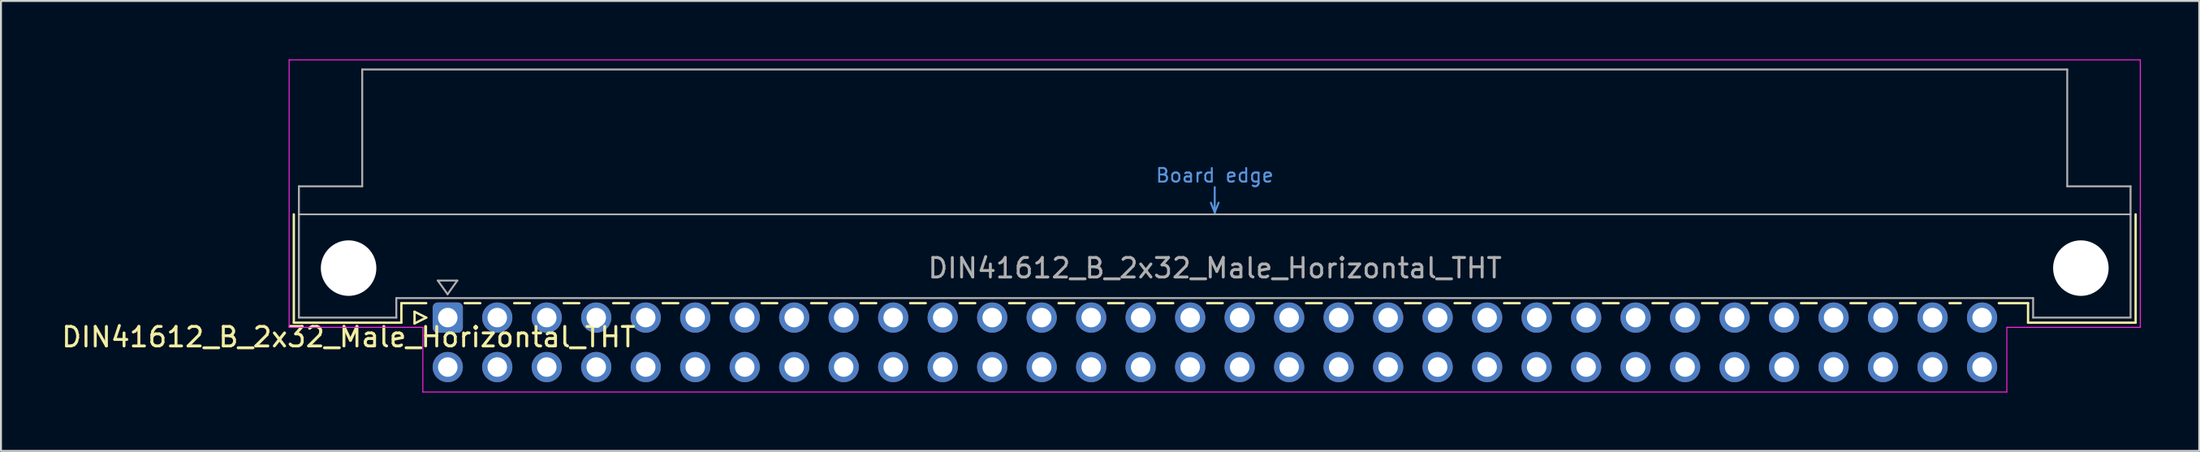
<source format=kicad_pcb>
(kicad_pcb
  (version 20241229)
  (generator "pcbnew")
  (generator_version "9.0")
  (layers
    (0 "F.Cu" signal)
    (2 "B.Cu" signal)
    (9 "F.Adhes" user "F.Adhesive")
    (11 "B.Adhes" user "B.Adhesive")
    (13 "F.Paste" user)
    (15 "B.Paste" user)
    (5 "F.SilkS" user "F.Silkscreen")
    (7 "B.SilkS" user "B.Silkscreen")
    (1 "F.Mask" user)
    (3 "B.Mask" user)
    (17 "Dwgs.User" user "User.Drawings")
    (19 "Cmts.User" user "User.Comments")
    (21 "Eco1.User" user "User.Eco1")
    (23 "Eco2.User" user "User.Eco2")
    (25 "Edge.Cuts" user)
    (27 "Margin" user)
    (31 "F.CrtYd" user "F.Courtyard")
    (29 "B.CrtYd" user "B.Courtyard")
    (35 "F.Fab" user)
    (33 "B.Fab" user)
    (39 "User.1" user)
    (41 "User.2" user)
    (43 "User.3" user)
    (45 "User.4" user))
  (footprint "DIN41612_B_2x32_Male_Horizontal_THT"
    (layer "F.Cu")
    (at 19.919 13.255)
    (property "Reference" "DIN41612_B_2x32_Male_Horizontal_THT" (at -5.08 1 0) (layer "F.SilkS") (effects (font (size 1 1) (thickness 0.15))))
    (attr through_hole)
    (fp_line (start -7.89 -5.3) (end -7.89 0.26) (stroke (width 0.12) (type solid)) (layer "F.SilkS"))
    (fp_line (start -7.89 0.26) (end -2.37 0.26) (stroke (width 0.12) (type solid)) (layer "F.SilkS"))
    (fp_line (start -2.371 -0.74) (end -1.095 -0.74) (stroke (width 0.12) (type solid)) (layer "F.SilkS"))
    (fp_line (start -2.37 0.26) (end -2.37 -0.74) (stroke (width 0.12) (type solid)) (layer "F.SilkS"))
    (fp_line (start -1.695 -0.3) (end -1.695 0.3) (stroke (width 0.12) (type solid)) (layer "F.SilkS"))
    (fp_line (start -1.695 0.3) (end -1.095 0) (stroke (width 0.12) (type solid)) (layer "F.SilkS"))
    (fp_line (start -1.095 0) (end -1.695 -0.3) (stroke (width 0.12) (type solid)) (layer "F.SilkS"))
    (fp_line (start 1.68 -0.74) (end 0.879 -0.74) (stroke (width 0.12) (type solid)) (layer "F.SilkS"))
    (fp_line (start 4.22 -0.74) (end 3.419 -0.74) (stroke (width 0.12) (type solid)) (layer "F.SilkS"))
    (fp_line (start 6.76 -0.74) (end 5.959 -0.74) (stroke (width 0.12) (type solid)) (layer "F.SilkS"))
    (fp_line (start 9.3 -0.74) (end 8.499 -0.74) (stroke (width 0.12) (type solid)) (layer "F.SilkS"))
    (fp_line (start 11.84 -0.74) (end 11.039 -0.74) (stroke (width 0.12) (type solid)) (layer "F.SilkS"))
    (fp_line (start 14.38 -0.74) (end 13.579 -0.74) (stroke (width 0.12) (type solid)) (layer "F.SilkS"))
    (fp_line (start 16.92 -0.74) (end 16.119 -0.74) (stroke (width 0.12) (type solid)) (layer "F.SilkS"))
    (fp_line (start 19.46 -0.74) (end 18.659 -0.74) (stroke (width 0.12) (type solid)) (layer "F.SilkS"))
    (fp_line (start 22 -0.74) (end 21.199 -0.74) (stroke (width 0.12) (type solid)) (layer "F.SilkS"))
    (fp_line (start 24.54 -0.74) (end 23.739 -0.74) (stroke (width 0.12) (type solid)) (layer "F.SilkS"))
    (fp_line (start 27.08 -0.74) (end 26.279 -0.74) (stroke (width 0.12) (type solid)) (layer "F.SilkS"))
    (fp_line (start 29.62 -0.74) (end 28.819 -0.74) (stroke (width 0.12) (type solid)) (layer "F.SilkS"))
    (fp_line (start 32.16 -0.74) (end 31.359 -0.74) (stroke (width 0.12) (type solid)) (layer "F.SilkS"))
    (fp_line (start 34.7 -0.74) (end 33.899 -0.74) (stroke (width 0.12) (type solid)) (layer "F.SilkS"))
    (fp_line (start 37.24 -0.74) (end 36.439 -0.74) (stroke (width 0.12) (type solid)) (layer "F.SilkS"))
    (fp_line (start 39.78 -0.74) (end 38.979 -0.74) (stroke (width 0.12) (type solid)) (layer "F.SilkS"))
    (fp_line (start 42.32 -0.74) (end 41.519 -0.74) (stroke (width 0.12) (type solid)) (layer "F.SilkS"))
    (fp_line (start 44.86 -0.74) (end 44.059 -0.74) (stroke (width 0.12) (type solid)) (layer "F.SilkS"))
    (fp_line (start 47.4 -0.74) (end 46.599 -0.74) (stroke (width 0.12) (type solid)) (layer "F.SilkS"))
    (fp_line (start 49.94 -0.74) (end 49.139 -0.74) (stroke (width 0.12) (type solid)) (layer "F.SilkS"))
    (fp_line (start 52.48 -0.74) (end 51.679 -0.74) (stroke (width 0.12) (type solid)) (layer "F.SilkS"))
    (fp_line (start 55.02 -0.74) (end 54.219 -0.74) (stroke (width 0.12) (type solid)) (layer "F.SilkS"))
    (fp_line (start 57.56 -0.74) (end 56.759 -0.74) (stroke (width 0.12) (type solid)) (layer "F.SilkS"))
    (fp_line (start 60.1 -0.74) (end 59.299 -0.74) (stroke (width 0.12) (type solid)) (layer "F.SilkS"))
    (fp_line (start 62.64 -0.74) (end 61.839 -0.74) (stroke (width 0.12) (type solid)) (layer "F.SilkS"))
    (fp_line (start 65.18 -0.74) (end 64.379 -0.74) (stroke (width 0.12) (type solid)) (layer "F.SilkS"))
    (fp_line (start 67.72 -0.74) (end 66.919 -0.74) (stroke (width 0.12) (type solid)) (layer "F.SilkS"))
    (fp_line (start 70.26 -0.74) (end 69.459 -0.74) (stroke (width 0.12) (type solid)) (layer "F.SilkS"))
    (fp_line (start 72.8 -0.74) (end 71.999 -0.74) (stroke (width 0.12) (type solid)) (layer "F.SilkS"))
    (fp_line (start 75.34 -0.74) (end 74.539 -0.74) (stroke (width 0.12) (type solid)) (layer "F.SilkS"))
    (fp_line (start 77.655 -0.74) (end 77.079 -0.74) (stroke (width 0.12) (type solid)) (layer "F.SilkS"))
    (fp_line (start 79.61 -0.74) (end 81.11 -0.74) (stroke (width 0.12) (type solid)) (layer "F.SilkS"))
    (fp_line (start 81.11 0.26) (end 81.11 -0.74) (stroke (width 0.12) (type solid)) (layer "F.SilkS"))
    (fp_line (start 86.63 -5.3) (end 86.63 0.26) (stroke (width 0.12) (type solid)) (layer "F.SilkS"))
    (fp_line (start 86.63 0.26) (end 81.11 0.26) (stroke (width 0.12) (type solid)) (layer "F.SilkS"))
    (fp_line (start -7.63 -5.3) (end 86.37 -5.3) (stroke (width 0.08) (type solid)) (layer "Dwgs.User"))
    (fp_line (start 39.17 -5.9) (end 39.37 -5.4) (stroke (width 0.1) (type solid)) (layer "Cmts.User"))
    (fp_line (start 39.37 -5.4) (end 39.37 -6.7) (stroke (width 0.1) (type solid)) (layer "Cmts.User"))
    (fp_line (start 39.37 -5.4) (end 39.57 -5.9) (stroke (width 0.1) (type solid)) (layer "Cmts.User"))
    (fp_line (start -8.13 -13.23) (end -8.13 0.5) (stroke (width 0.05) (type solid)) (layer "F.CrtYd"))
    (fp_line (start -8.13 0.5) (end -1.27 0.5) (stroke (width 0.05) (type solid)) (layer "F.CrtYd"))
    (fp_line (start -1.27 3.82) (end -1.27 0.5) (stroke (width 0.05) (type solid)) (layer "F.CrtYd"))
    (fp_line (start 80.02 0.5) (end 80.02 3.82) (stroke (width 0.05) (type solid)) (layer "F.CrtYd"))
    (fp_line (start 80.02 0.5) (end 86.87 0.5) (stroke (width 0.05) (type solid)) (layer "F.CrtYd"))
    (fp_line (start 80.02 3.82) (end -1.27 3.82) (stroke (width 0.05) (type solid)) (layer "F.CrtYd"))
    (fp_line (start 86.87 -13.23) (end -8.13 -13.23) (stroke (width 0.05) (type solid)) (layer "F.CrtYd"))
    (fp_line (start 86.87 0.5) (end 86.87 -13.23) (stroke (width 0.05) (type solid)) (layer "F.CrtYd"))
    (fp_line (start -7.63 -6.74) (end -7.63 0) (stroke (width 0.1) (type solid)) (layer "F.Fab"))
    (fp_line (start -7.63 0) (end -2.63 0) (stroke (width 0.1) (type solid)) (layer "F.Fab"))
    (fp_line (start -4.38 -12.74) (end -4.38 -6.74) (stroke (width 0.1) (type solid)) (layer "F.Fab"))
    (fp_line (start -4.38 -6.74) (end -7.63 -6.74) (stroke (width 0.1) (type solid)) (layer "F.Fab"))
    (fp_line (start -2.63 -1) (end 81.37 -1) (stroke (width 0.1) (type solid)) (layer "F.Fab"))
    (fp_line (start -2.63 0) (end -2.63 -1) (stroke (width 0.1) (type solid)) (layer "F.Fab"))
    (fp_line (start -0.5 -1.9) (end 0 -1.2) (stroke (width 0.1) (type solid)) (layer "F.Fab"))
    (fp_line (start 0 -1.2) (end 0.5 -1.9) (stroke (width 0.1) (type solid)) (layer "F.Fab"))
    (fp_line (start 0.5 -1.9) (end -0.5 -1.9) (stroke (width 0.1) (type solid)) (layer "F.Fab"))
    (fp_line (start 81.37 -1) (end 81.37 0) (stroke (width 0.1) (type solid)) (layer "F.Fab"))
    (fp_line (start 81.37 0) (end 86.37 0) (stroke (width 0.1) (type solid)) (layer "F.Fab"))
    (fp_line (start 83.12 -12.74) (end -4.38 -12.74) (stroke (width 0.1) (type solid)) (layer "F.Fab"))
    (fp_line (start 83.12 -6.74) (end 83.12 -12.74) (stroke (width 0.1) (type solid)) (layer "F.Fab"))
    (fp_line (start 86.37 -6.74) (end 83.12 -6.74) (stroke (width 0.1) (type solid)) (layer "F.Fab"))
    (fp_line (start 86.37 0) (end 86.37 -6.74) (stroke (width 0.1) (type solid)) (layer "F.Fab"))
    (fp_text user "Board edge" (at 39.37 -7.3 0) (layer "Cmts.User") (effects (font (size 0.7 0.7) (thickness 0.1))))
    (fp_text user "${REFERENCE}" (at 39.38 -2.54 0) (layer "F.Fab") (effects (font (size 1 1) (thickness 0.15))))
    (pad "" np_thru_hole circle (at -5.08 -2.54) (size 2.85 2.85) (drill 2.85) (layers "*.Cu" "*.Mask"))
    (pad "" np_thru_hole circle (at 83.82 -2.54) (size 2.85 2.85) (drill 2.85) (layers "*.Cu" "*.Mask"))
    (pad "a1" thru_hole roundrect (at 0.01 0 180) (size 1.55 1.55) (drill 1) (layers "*.Cu" "*.Mask") (roundrect_rratio 0.161))
    (pad "a2" thru_hole circle (at 2.55 0 180) (size 1.55 1.55) (drill 1) (layers "*.Cu" "*.Mask"))
    (pad "a3" thru_hole circle (at 5.09 0 180) (size 1.55 1.55) (drill 1) (layers "*.Cu" "*.Mask"))
    (pad "a4" thru_hole circle (at 7.63 0 180) (size 1.55 1.55) (drill 1) (layers "*.Cu" "*.Mask"))
    (pad "a5" thru_hole circle (at 10.17 0 180) (size 1.55 1.55) (drill 1) (layers "*.Cu" "*.Mask"))
    (pad "a6" thru_hole circle (at 12.71 0 180) (size 1.55 1.55) (drill 1) (layers "*.Cu" "*.Mask"))
    (pad "a7" thru_hole circle (at 15.25 0 180) (size 1.55 1.55) (drill 1) (layers "*.Cu" "*.Mask"))
    (pad "a8" thru_hole circle (at 17.79 0 180) (size 1.55 1.55) (drill 1) (layers "*.Cu" "*.Mask"))
    (pad "a9" thru_hole circle (at 20.33 0 180) (size 1.55 1.55) (drill 1) (layers "*.Cu" "*.Mask"))
    (pad "a10" thru_hole circle (at 22.87 0 180) (size 1.55 1.55) (drill 1) (layers "*.Cu" "*.Mask"))
    (pad "a11" thru_hole circle (at 25.41 0 180) (size 1.55 1.55) (drill 1) (layers "*.Cu" "*.Mask"))
    (pad "a12" thru_hole circle (at 27.95 0 180) (size 1.55 1.55) (drill 1) (layers "*.Cu" "*.Mask"))
    (pad "a13" thru_hole circle (at 30.49 0 180) (size 1.55 1.55) (drill 1) (layers "*.Cu" "*.Mask"))
    (pad "a14" thru_hole circle (at 33.03 0 180) (size 1.55 1.55) (drill 1) (layers "*.Cu" "*.Mask"))
    (pad "a15" thru_hole circle (at 35.57 0 180) (size 1.55 1.55) (drill 1) (layers "*.Cu" "*.Mask"))
    (pad "a16" thru_hole circle (at 38.11 0 180) (size 1.55 1.55) (drill 1) (layers "*.Cu" "*.Mask"))
    (pad "a17" thru_hole circle (at 40.65 0 180) (size 1.55 1.55) (drill 1) (layers "*.Cu" "*.Mask"))
    (pad "a18" thru_hole circle (at 43.19 0 180) (size 1.55 1.55) (drill 1) (layers "*.Cu" "*.Mask"))
    (pad "a19" thru_hole circle (at 45.73 0 180) (size 1.55 1.55) (drill 1) (layers "*.Cu" "*.Mask"))
    (pad "a20" thru_hole circle (at 48.27 0 180) (size 1.55 1.55) (drill 1) (layers "*.Cu" "*.Mask"))
    (pad "a21" thru_hole circle (at 50.81 0 180) (size 1.55 1.55) (drill 1) (layers "*.Cu" "*.Mask"))
    (pad "a22" thru_hole circle (at 53.35 0 180) (size 1.55 1.55) (drill 1) (layers "*.Cu" "*.Mask"))
    (pad "a23" thru_hole circle (at 55.89 0 180) (size 1.55 1.55) (drill 1) (layers "*.Cu" "*.Mask"))
    (pad "a24" thru_hole circle (at 58.43 0 180) (size 1.55 1.55) (drill 1) (layers "*.Cu" "*.Mask"))
    (pad "a25" thru_hole circle (at 60.97 0 180) (size 1.55 1.55) (drill 1) (layers "*.Cu" "*.Mask"))
    (pad "a26" thru_hole circle (at 63.51 0 180) (size 1.55 1.55) (drill 1) (layers "*.Cu" "*.Mask"))
    (pad "a27" thru_hole circle (at 66.05 0 180) (size 1.55 1.55) (drill 1) (layers "*.Cu" "*.Mask"))
    (pad "a28" thru_hole circle (at 68.59 0 180) (size 1.55 1.55) (drill 1) (layers "*.Cu" "*.Mask"))
    (pad "a29" thru_hole circle (at 71.13 0 180) (size 1.55 1.55) (drill 1) (layers "*.Cu" "*.Mask"))
    (pad "a30" thru_hole circle (at 73.67 0 180) (size 1.55 1.55) (drill 1) (layers "*.Cu" "*.Mask"))
    (pad "a31" thru_hole circle (at 76.21 0 180) (size 1.55 1.55) (drill 1) (layers "*.Cu" "*.Mask"))
    (pad "a32" thru_hole circle (at 78.75 0 180) (size 1.55 1.55) (drill 1) (layers "*.Cu" "*.Mask"))
    (pad "b1" thru_hole circle (at 0.01 2.54 180) (size 1.55 1.55) (drill 1) (layers "*.Cu" "*.Mask"))
    (pad "b2" thru_hole circle (at 2.55 2.54 180) (size 1.55 1.55) (drill 1) (layers "*.Cu" "*.Mask"))
    (pad "b3" thru_hole circle (at 5.09 2.54 180) (size 1.55 1.55) (drill 1) (layers "*.Cu" "*.Mask"))
    (pad "b4" thru_hole circle (at 7.63 2.54 180) (size 1.55 1.55) (drill 1) (layers "*.Cu" "*.Mask"))
    (pad "b5" thru_hole circle (at 10.17 2.54 180) (size 1.55 1.55) (drill 1) (layers "*.Cu" "*.Mask"))
    (pad "b6" thru_hole circle (at 12.71 2.54 180) (size 1.55 1.55) (drill 1) (layers "*.Cu" "*.Mask"))
    (pad "b7" thru_hole circle (at 15.25 2.54 180) (size 1.55 1.55) (drill 1) (layers "*.Cu" "*.Mask"))
    (pad "b8" thru_hole circle (at 17.79 2.54 180) (size 1.55 1.55) (drill 1) (layers "*.Cu" "*.Mask"))
    (pad "b9" thru_hole circle (at 20.33 2.54 180) (size 1.55 1.55) (drill 1) (layers "*.Cu" "*.Mask"))
    (pad "b10" thru_hole circle (at 22.87 2.54 180) (size 1.55 1.55) (drill 1) (layers "*.Cu" "*.Mask"))
    (pad "b11" thru_hole circle (at 25.41 2.54 180) (size 1.55 1.55) (drill 1) (layers "*.Cu" "*.Mask"))
    (pad "b12" thru_hole circle (at 27.95 2.54 180) (size 1.55 1.55) (drill 1) (layers "*.Cu" "*.Mask"))
    (pad "b13" thru_hole circle (at 30.49 2.54 180) (size 1.55 1.55) (drill 1) (layers "*.Cu" "*.Mask"))
    (pad "b14" thru_hole circle (at 33.03 2.54 180) (size 1.55 1.55) (drill 1) (layers "*.Cu" "*.Mask"))
    (pad "b15" thru_hole circle (at 35.57 2.54 180) (size 1.55 1.55) (drill 1) (layers "*.Cu" "*.Mask"))
    (pad "b16" thru_hole circle (at 38.11 2.54 180) (size 1.55 1.55) (drill 1) (layers "*.Cu" "*.Mask"))
    (pad "b17" thru_hole circle (at 40.65 2.54 180) (size 1.55 1.55) (drill 1) (layers "*.Cu" "*.Mask"))
    (pad "b18" thru_hole circle (at 43.19 2.54 180) (size 1.55 1.55) (drill 1) (layers "*.Cu" "*.Mask"))
    (pad "b19" thru_hole circle (at 45.73 2.54 180) (size 1.55 1.55) (drill 1) (layers "*.Cu" "*.Mask"))
    (pad "b20" thru_hole circle (at 48.27 2.54 180) (size 1.55 1.55) (drill 1) (layers "*.Cu" "*.Mask"))
    (pad "b21" thru_hole circle (at 50.81 2.54 180) (size 1.55 1.55) (drill 1) (layers "*.Cu" "*.Mask"))
    (pad "b22" thru_hole circle (at 53.35 2.54 180) (size 1.55 1.55) (drill 1) (layers "*.Cu" "*.Mask"))
    (pad "b23" thru_hole circle (at 55.89 2.54 180) (size 1.55 1.55) (drill 1) (layers "*.Cu" "*.Mask"))
    (pad "b24" thru_hole circle (at 58.43 2.54 180) (size 1.55 1.55) (drill 1) (layers "*.Cu" "*.Mask"))
    (pad "b25" thru_hole circle (at 60.97 2.54 180) (size 1.55 1.55) (drill 1) (layers "*.Cu" "*.Mask"))
    (pad "b26" thru_hole circle (at 63.51 2.54 180) (size 1.55 1.55) (drill 1) (layers "*.Cu" "*.Mask"))
    (pad "b27" thru_hole circle (at 66.05 2.54 180) (size 1.55 1.55) (drill 1) (layers "*.Cu" "*.Mask"))
    (pad "b28" thru_hole circle (at 68.59 2.54 180) (size 1.55 1.55) (drill 1) (layers "*.Cu" "*.Mask"))
    (pad "b29" thru_hole circle (at 71.13 2.54 180) (size 1.55 1.55) (drill 1) (layers "*.Cu" "*.Mask"))
    (pad "b30" thru_hole circle (at 73.67 2.54 180) (size 1.55 1.55) (drill 1) (layers "*.Cu" "*.Mask"))
    (pad "b31" thru_hole circle (at 76.21 2.54 180) (size 1.55 1.55) (drill 1) (layers "*.Cu" "*.Mask"))
    (pad "b32" thru_hole circle (at 78.75 2.54 180) (size 1.55 1.55) (drill 1) (layers "*.Cu" "*.Mask")))
  (gr_rect
    (start -3 -3)
    (end 109.814 20.1)
    (stroke (width 0.1) (type default))
    (fill no)
    (layer "Edge.Cuts")))
</source>
